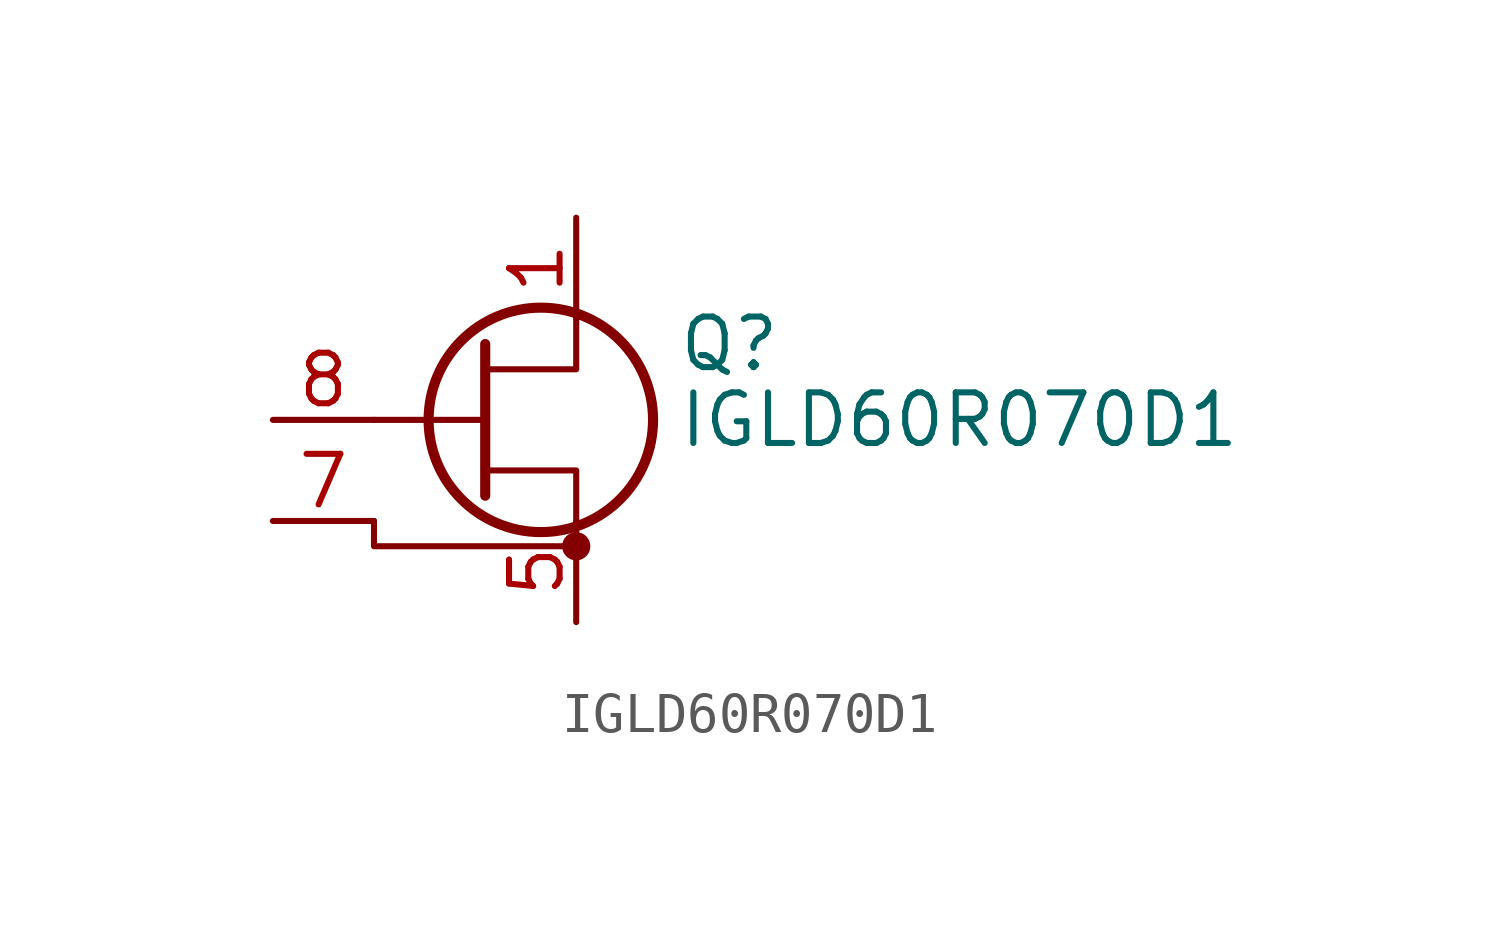
<source format=kicad_sym>
(kicad_symbol_lib
  (version 20220914)
  (generator kicad_symbol_editor)
  (symbol "IGLD60R070D1"
    (pin_names
      (offset 0) hide)
    (property "Reference" "Q"
      (at 5.08 1.905 0)
      (effects (font (size 1.27 1.27)) (justify left)))
    (property "Value" "IGLD60R070D1"
      (at 5.08 0 0)
      (effects (font (size 1.27 1.27)) (justify left)))
    (symbol "IGLD60R070D1_0_1"
      (polyline (pts (xy -2.54 0) (xy 0.254 0)) (stroke (width 0) (type default)) (fill (type none)))
      (polyline (pts (xy -2.54 -2.54) (xy -2.54 -3.175) (xy 2.54 -3.175)) (stroke (width 0) (type default)) (fill (type none)))
      (polyline (pts (xy 0.254 -1.27) (xy 2.54 -1.27) (xy 2.54 -2.54)) (stroke (width 0) (type default)) (fill (type none)))
      (polyline (pts (xy 0.254 1.905) (xy 0.254 -1.905) (xy 0.254 -1.905)) (stroke (width 0.254) (type default)) (fill (type none)))
      (polyline (pts (xy 2.54 2.54) (xy 2.54 1.27) (xy 0.254 1.27)) (stroke (width 0) (type default)) (fill (type none)))
      (circle (center 1.651 0) (radius 2.819) (stroke (width 0.254) (type default)) (fill (type none)))
      (circle (center 2.54 -3.175) (radius 0.279) (stroke (width 0) (type default)) (fill (type outline))))
    (symbol "IGLD60R070D1_1_1"
      (pin passive line (at 2.54 5.08 270) (length 2.54) (name "D" (effects (font (size 1.27 1.27)))) (number "1" (effects (font (size 1.27 1.27)))))
      (pin passive line (at 2.54 5.08 270) (length 2.54) hide (name "D" (effects (font (size 1.27 1.27)))) (number "2" (effects (font (size 1.27 1.27)))))
      (pin passive line (at 2.54 5.08 270) (length 2.54) hide (name "D" (effects (font (size 1.27 1.27)))) (number "3" (effects (font (size 1.27 1.27)))))
      (pin passive line (at 2.54 5.08 270) (length 2.54) hide (name "D" (effects (font (size 1.27 1.27)))) (number "4" (effects (font (size 1.27 1.27)))))
      (pin passive line (at 2.54 -5.08 90) (length 2.54) (name "S" (effects (font (size 1.27 1.27)))) (number "5" (effects (font (size 1.27 1.27)))))
      (pin passive line (at 2.54 -5.08 90) (length 2.54) hide (name "S" (effects (font (size 1.27 1.27)))) (number "6" (effects (font (size 1.27 1.27)))))
      (pin passive line (at -5.08 -2.54 0) (length 2.54) (name "SS" (effects (font (size 1.27 1.27)))) (number "7" (effects (font (size 1.27 1.27)))))
      (pin input line (at -5.08 0 0) (length 2.54) (name "G" (effects (font (size 1.27 1.27)))) (number "8" (effects (font (size 1.27 1.27)))))
      (pin passive line (at 2.54 -5.08 90) (length 2.54) hide (name "S" (effects (font (size 1.27 1.27)))) (number "9" (effects (font (size 1.27 1.27))))))))
</source>
